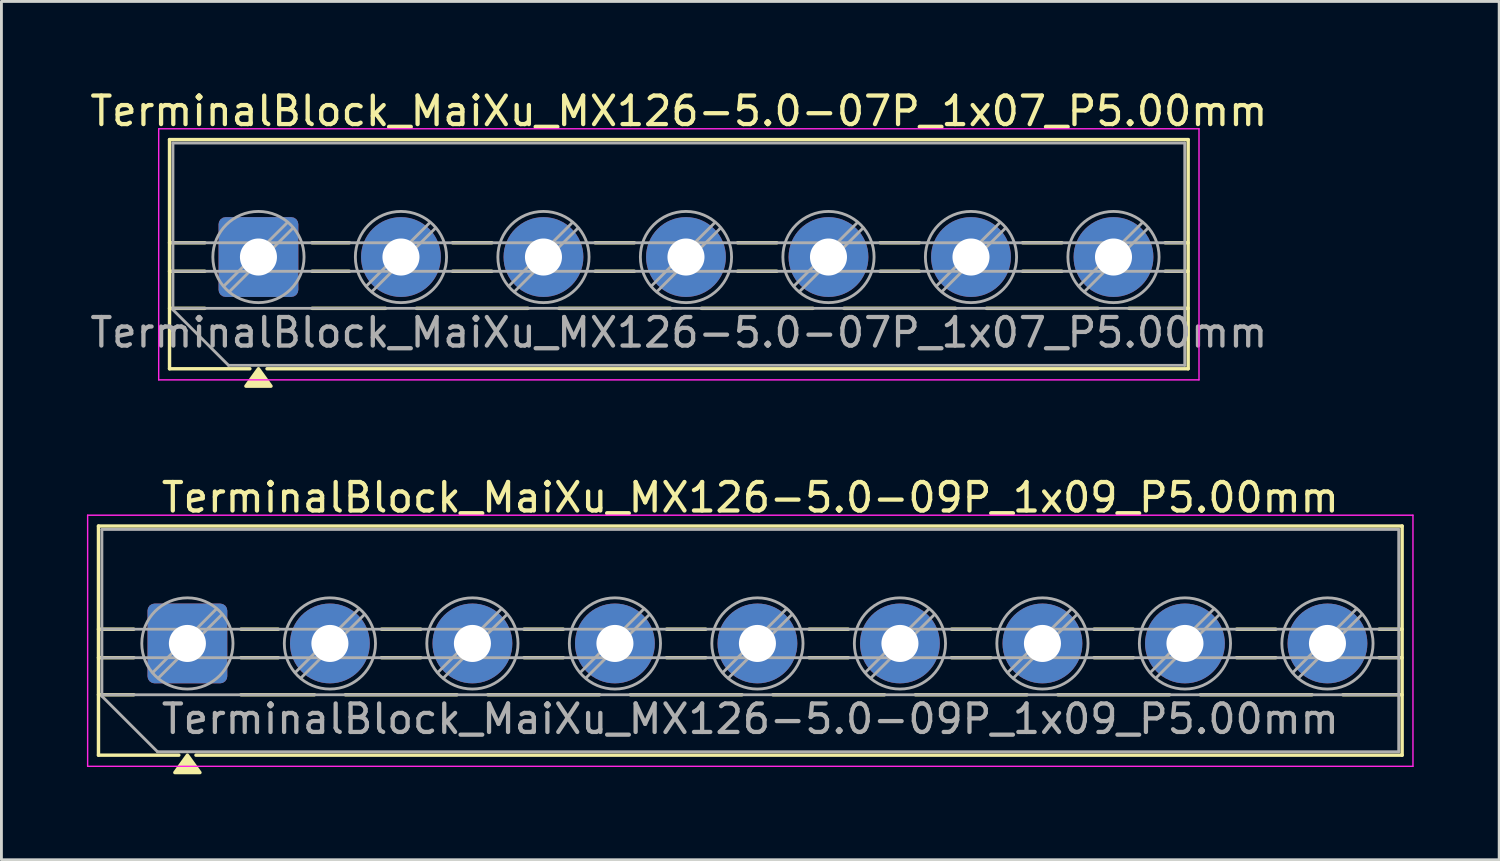
<source format=kicad_pcb>
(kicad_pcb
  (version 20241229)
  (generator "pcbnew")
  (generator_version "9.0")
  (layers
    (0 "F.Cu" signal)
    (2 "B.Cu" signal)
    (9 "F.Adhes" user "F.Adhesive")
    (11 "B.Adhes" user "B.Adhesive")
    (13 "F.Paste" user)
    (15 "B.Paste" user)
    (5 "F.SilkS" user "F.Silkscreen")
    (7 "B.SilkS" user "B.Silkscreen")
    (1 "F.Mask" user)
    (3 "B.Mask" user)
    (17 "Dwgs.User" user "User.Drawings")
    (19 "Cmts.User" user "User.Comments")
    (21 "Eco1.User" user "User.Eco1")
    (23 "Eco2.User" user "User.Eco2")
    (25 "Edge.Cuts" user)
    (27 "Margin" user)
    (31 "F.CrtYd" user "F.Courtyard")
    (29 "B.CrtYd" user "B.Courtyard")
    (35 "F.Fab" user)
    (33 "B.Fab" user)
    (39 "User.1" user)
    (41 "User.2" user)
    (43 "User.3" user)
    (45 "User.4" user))
  (footprint "TerminalBlock_MaiXu_MX126-5.0-07P_1x07_P5.00mm"
    (layer "F.Cu")
    (at 6.018 5.968)
    (property "Reference" "TerminalBlock_MaiXu_MX126-5.0-07P_1x07_P5.00mm" (at 14.75 -5.12 0) (layer "F.SilkS") (effects (font (size 1 1) (thickness 0.15))))
    (attr through_hole)
    (fp_line (start -3.12 -4.12) (end -3.12 3.92) (stroke (width 0.12) (type solid)) (layer "F.SilkS"))
    (fp_line (start -3.12 -4.12) (end 32.62 -4.12) (stroke (width 0.12) (type solid)) (layer "F.SilkS"))
    (fp_line (start -3.12 -0.5) (end -1.88 -0.5) (stroke (width 0.12) (type solid)) (layer "F.SilkS"))
    (fp_line (start -3.12 0.5) (end -1.88 0.5) (stroke (width 0.12) (type solid)) (layer "F.SilkS"))
    (fp_line (start -3.12 1.8) (end -1.88 1.8) (stroke (width 0.12) (type solid)) (layer "F.SilkS"))
    (fp_line (start -3.12 3.92) (end -0.3 3.92) (stroke (width 0.12) (type solid)) (layer "F.SilkS"))
    (fp_line (start 0.3 3.92) (end 32.62 3.92) (stroke (width 0.12) (type solid)) (layer "F.SilkS"))
    (fp_line (start 1.88 -0.5) (end 3.188 -0.5) (stroke (width 0.12) (type solid)) (layer "F.SilkS"))
    (fp_line (start 1.88 0.5) (end 3.188 0.5) (stroke (width 0.12) (type solid)) (layer "F.SilkS"))
    (fp_line (start 1.88 1.8) (end 4.457 1.8) (stroke (width 0.12) (type solid)) (layer "F.SilkS"))
    (fp_line (start 5.543 1.8) (end 9.457 1.8) (stroke (width 0.12) (type solid)) (layer "F.SilkS"))
    (fp_line (start 6.812 -0.5) (end 8.188 -0.5) (stroke (width 0.12) (type solid)) (layer "F.SilkS"))
    (fp_line (start 6.812 0.5) (end 8.188 0.5) (stroke (width 0.12) (type solid)) (layer "F.SilkS"))
    (fp_line (start 10.543 1.8) (end 14.457 1.8) (stroke (width 0.12) (type solid)) (layer "F.SilkS"))
    (fp_line (start 11.812 -0.5) (end 13.188 -0.5) (stroke (width 0.12) (type solid)) (layer "F.SilkS"))
    (fp_line (start 11.812 0.5) (end 13.188 0.5) (stroke (width 0.12) (type solid)) (layer "F.SilkS"))
    (fp_line (start 15.543 1.8) (end 19.457 1.8) (stroke (width 0.12) (type solid)) (layer "F.SilkS"))
    (fp_line (start 16.812 -0.5) (end 18.188 -0.5) (stroke (width 0.12) (type solid)) (layer "F.SilkS"))
    (fp_line (start 16.812 0.5) (end 18.188 0.5) (stroke (width 0.12) (type solid)) (layer "F.SilkS"))
    (fp_line (start 20.543 1.8) (end 24.457 1.8) (stroke (width 0.12) (type solid)) (layer "F.SilkS"))
    (fp_line (start 21.812 -0.5) (end 23.188 -0.5) (stroke (width 0.12) (type solid)) (layer "F.SilkS"))
    (fp_line (start 21.812 0.5) (end 23.188 0.5) (stroke (width 0.12) (type solid)) (layer "F.SilkS"))
    (fp_line (start 25.543 1.8) (end 29.457 1.8) (stroke (width 0.12) (type solid)) (layer "F.SilkS"))
    (fp_line (start 26.812 -0.5) (end 28.188 -0.5) (stroke (width 0.12) (type solid)) (layer "F.SilkS"))
    (fp_line (start 26.812 0.5) (end 28.188 0.5) (stroke (width 0.12) (type solid)) (layer "F.SilkS"))
    (fp_line (start 30.543 1.8) (end 32.62 1.8) (stroke (width 0.12) (type solid)) (layer "F.SilkS"))
    (fp_line (start 31.812 -0.5) (end 32.62 -0.5) (stroke (width 0.12) (type solid)) (layer "F.SilkS"))
    (fp_line (start 31.812 0.5) (end 32.62 0.5) (stroke (width 0.12) (type solid)) (layer "F.SilkS"))
    (fp_line (start 32.62 -4.12) (end 32.62 3.92) (stroke (width 0.12) (type solid)) (layer "F.SilkS"))
    (fp_poly (pts (xy 0 3.92) (xy 0.44 4.53) (xy -0.44 4.53)) (stroke (width 0.12) (type solid)) (fill yes) (layer "F.SilkS"))
    (fp_line (start -3.5 -4.5) (end -3.5 4.31) (stroke (width 0.05) (type solid)) (layer "F.CrtYd"))
    (fp_line (start -3.5 4.31) (end 33 4.31) (stroke (width 0.05) (type solid)) (layer "F.CrtYd"))
    (fp_line (start 33 -4.5) (end -3.5 -4.5) (stroke (width 0.05) (type solid)) (layer "F.CrtYd"))
    (fp_line (start 33 4.31) (end 33 -4.5) (stroke (width 0.05) (type solid)) (layer "F.CrtYd"))
    (fp_line (start -3 -4) (end 32.5 -4) (stroke (width 0.1) (type solid)) (layer "F.Fab"))
    (fp_line (start -3 -0.5) (end 32.5 -0.5) (stroke (width 0.1) (type solid)) (layer "F.Fab"))
    (fp_line (start -3 0.5) (end 32.5 0.5) (stroke (width 0.1) (type solid)) (layer "F.Fab"))
    (fp_line (start -3 1.8) (end 32.5 1.8) (stroke (width 0.1) (type solid)) (layer "F.Fab"))
    (fp_line (start -3 1.85) (end -3 -4) (stroke (width 0.1) (type solid)) (layer "F.Fab"))
    (fp_line (start -1.05 3.8) (end -3 1.85) (stroke (width 0.1) (type solid)) (layer "F.Fab"))
    (fp_line (start 1.018 -1.213) (end -1.213 1.018) (stroke (width 0.1) (type solid)) (layer "F.Fab"))
    (fp_line (start 1.213 -1.018) (end -1.018 1.213) (stroke (width 0.1) (type solid)) (layer "F.Fab"))
    (fp_line (start 6.018 -1.213) (end 3.787 1.018) (stroke (width 0.1) (type solid)) (layer "F.Fab"))
    (fp_line (start 6.213 -1.018) (end 3.982 1.213) (stroke (width 0.1) (type solid)) (layer "F.Fab"))
    (fp_line (start 11.018 -1.213) (end 8.787 1.018) (stroke (width 0.1) (type solid)) (layer "F.Fab"))
    (fp_line (start 11.213 -1.018) (end 8.982 1.213) (stroke (width 0.1) (type solid)) (layer "F.Fab"))
    (fp_line (start 16.018 -1.213) (end 13.787 1.018) (stroke (width 0.1) (type solid)) (layer "F.Fab"))
    (fp_line (start 16.213 -1.018) (end 13.982 1.213) (stroke (width 0.1) (type solid)) (layer "F.Fab"))
    (fp_line (start 21.018 -1.213) (end 18.787 1.018) (stroke (width 0.1) (type solid)) (layer "F.Fab"))
    (fp_line (start 21.213 -1.018) (end 18.982 1.213) (stroke (width 0.1) (type solid)) (layer "F.Fab"))
    (fp_line (start 26.018 -1.213) (end 23.787 1.018) (stroke (width 0.1) (type solid)) (layer "F.Fab"))
    (fp_line (start 26.213 -1.018) (end 23.982 1.213) (stroke (width 0.1) (type solid)) (layer "F.Fab"))
    (fp_line (start 31.018 -1.213) (end 28.787 1.018) (stroke (width 0.1) (type solid)) (layer "F.Fab"))
    (fp_line (start 31.213 -1.018) (end 28.982 1.213) (stroke (width 0.1) (type solid)) (layer "F.Fab"))
    (fp_line (start 32.5 -4) (end 32.5 3.8) (stroke (width 0.1) (type solid)) (layer "F.Fab"))
    (fp_line (start 32.5 3.8) (end -1.05 3.8) (stroke (width 0.1) (type solid)) (layer "F.Fab"))
    (fp_circle (center 0 0) (end 1.6 0) (stroke (width 0.1) (type solid)) (fill no) (layer "F.Fab"))
    (fp_circle (center 5 0) (end 6.6 0) (stroke (width 0.1) (type solid)) (fill no) (layer "F.Fab"))
    (fp_circle (center 10 0) (end 11.6 0) (stroke (width 0.1) (type solid)) (fill no) (layer "F.Fab"))
    (fp_circle (center 15 0) (end 16.6 0) (stroke (width 0.1) (type solid)) (fill no) (layer "F.Fab"))
    (fp_circle (center 20 0) (end 21.6 0) (stroke (width 0.1) (type solid)) (fill no) (layer "F.Fab"))
    (fp_circle (center 25 0) (end 26.6 0) (stroke (width 0.1) (type solid)) (fill no) (layer "F.Fab"))
    (fp_circle (center 30 0) (end 31.6 0) (stroke (width 0.1) (type solid)) (fill no) (layer "F.Fab"))
    (fp_text user "${REFERENCE}" (at 14.75 2.65 0) (layer "F.Fab") (effects (font (size 1 1) (thickness 0.15))))
    (pad "1" thru_hole roundrect (at 0 0) (size 2.8 2.8) (drill 1.3) (layers "*.Cu" "*.Mask") (roundrect_rratio 0.089))
    (pad "2" thru_hole circle (at 5 0) (size 2.8 2.8) (drill 1.3) (layers "*.Cu" "*.Mask"))
    (pad "3" thru_hole circle (at 10 0) (size 2.8 2.8) (drill 1.3) (layers "*.Cu" "*.Mask"))
    (pad "4" thru_hole circle (at 15 0) (size 2.8 2.8) (drill 1.3) (layers "*.Cu" "*.Mask"))
    (pad "5" thru_hole circle (at 20 0) (size 2.8 2.8) (drill 1.3) (layers "*.Cu" "*.Mask"))
    (pad "6" thru_hole circle (at 25 0) (size 2.8 2.8) (drill 1.3) (layers "*.Cu" "*.Mask"))
    (pad "7" thru_hole circle (at 30 0) (size 2.8 2.8) (drill 1.3) (layers "*.Cu" "*.Mask")))
  (footprint "TerminalBlock_MaiXu_MX126-5.0-09P_1x09_P5.00mm"
    (layer "F.Cu")
    (at 3.525 19.526)
    (property "Reference" "TerminalBlock_MaiXu_MX126-5.0-09P_1x09_P5.00mm" (at 19.75 -5.12 0) (layer "F.SilkS") (effects (font (size 1 1) (thickness 0.15))))
    (attr through_hole)
    (fp_line (start -3.12 -4.12) (end -3.12 3.92) (stroke (width 0.12) (type solid)) (layer "F.SilkS"))
    (fp_line (start -3.12 -4.12) (end 42.62 -4.12) (stroke (width 0.12) (type solid)) (layer "F.SilkS"))
    (fp_line (start -3.12 -0.5) (end -1.88 -0.5) (stroke (width 0.12) (type solid)) (layer "F.SilkS"))
    (fp_line (start -3.12 0.5) (end -1.88 0.5) (stroke (width 0.12) (type solid)) (layer "F.SilkS"))
    (fp_line (start -3.12 1.8) (end -1.88 1.8) (stroke (width 0.12) (type solid)) (layer "F.SilkS"))
    (fp_line (start -3.12 3.92) (end -0.3 3.92) (stroke (width 0.12) (type solid)) (layer "F.SilkS"))
    (fp_line (start 0.3 3.92) (end 42.62 3.92) (stroke (width 0.12) (type solid)) (layer "F.SilkS"))
    (fp_line (start 1.88 -0.5) (end 3.188 -0.5) (stroke (width 0.12) (type solid)) (layer "F.SilkS"))
    (fp_line (start 1.88 0.5) (end 3.188 0.5) (stroke (width 0.12) (type solid)) (layer "F.SilkS"))
    (fp_line (start 1.88 1.8) (end 4.457 1.8) (stroke (width 0.12) (type solid)) (layer "F.SilkS"))
    (fp_line (start 5.543 1.8) (end 9.457 1.8) (stroke (width 0.12) (type solid)) (layer "F.SilkS"))
    (fp_line (start 6.812 -0.5) (end 8.188 -0.5) (stroke (width 0.12) (type solid)) (layer "F.SilkS"))
    (fp_line (start 6.812 0.5) (end 8.188 0.5) (stroke (width 0.12) (type solid)) (layer "F.SilkS"))
    (fp_line (start 10.543 1.8) (end 14.457 1.8) (stroke (width 0.12) (type solid)) (layer "F.SilkS"))
    (fp_line (start 11.812 -0.5) (end 13.188 -0.5) (stroke (width 0.12) (type solid)) (layer "F.SilkS"))
    (fp_line (start 11.812 0.5) (end 13.188 0.5) (stroke (width 0.12) (type solid)) (layer "F.SilkS"))
    (fp_line (start 15.543 1.8) (end 19.457 1.8) (stroke (width 0.12) (type solid)) (layer "F.SilkS"))
    (fp_line (start 16.812 -0.5) (end 18.188 -0.5) (stroke (width 0.12) (type solid)) (layer "F.SilkS"))
    (fp_line (start 16.812 0.5) (end 18.188 0.5) (stroke (width 0.12) (type solid)) (layer "F.SilkS"))
    (fp_line (start 20.543 1.8) (end 24.457 1.8) (stroke (width 0.12) (type solid)) (layer "F.SilkS"))
    (fp_line (start 21.812 -0.5) (end 23.188 -0.5) (stroke (width 0.12) (type solid)) (layer "F.SilkS"))
    (fp_line (start 21.812 0.5) (end 23.188 0.5) (stroke (width 0.12) (type solid)) (layer "F.SilkS"))
    (fp_line (start 25.543 1.8) (end 29.457 1.8) (stroke (width 0.12) (type solid)) (layer "F.SilkS"))
    (fp_line (start 26.812 -0.5) (end 28.188 -0.5) (stroke (width 0.12) (type solid)) (layer "F.SilkS"))
    (fp_line (start 26.812 0.5) (end 28.188 0.5) (stroke (width 0.12) (type solid)) (layer "F.SilkS"))
    (fp_line (start 30.543 1.8) (end 34.457 1.8) (stroke (width 0.12) (type solid)) (layer "F.SilkS"))
    (fp_line (start 31.812 -0.5) (end 33.188 -0.5) (stroke (width 0.12) (type solid)) (layer "F.SilkS"))
    (fp_line (start 31.812 0.5) (end 33.188 0.5) (stroke (width 0.12) (type solid)) (layer "F.SilkS"))
    (fp_line (start 35.543 1.8) (end 39.457 1.8) (stroke (width 0.12) (type solid)) (layer "F.SilkS"))
    (fp_line (start 36.812 -0.5) (end 38.188 -0.5) (stroke (width 0.12) (type solid)) (layer "F.SilkS"))
    (fp_line (start 36.812 0.5) (end 38.188 0.5) (stroke (width 0.12) (type solid)) (layer "F.SilkS"))
    (fp_line (start 40.543 1.8) (end 42.62 1.8) (stroke (width 0.12) (type solid)) (layer "F.SilkS"))
    (fp_line (start 41.812 -0.5) (end 42.62 -0.5) (stroke (width 0.12) (type solid)) (layer "F.SilkS"))
    (fp_line (start 41.812 0.5) (end 42.62 0.5) (stroke (width 0.12) (type solid)) (layer "F.SilkS"))
    (fp_line (start 42.62 -4.12) (end 42.62 3.92) (stroke (width 0.12) (type solid)) (layer "F.SilkS"))
    (fp_poly (pts (xy 0 3.92) (xy 0.44 4.53) (xy -0.44 4.53)) (stroke (width 0.12) (type solid)) (fill yes) (layer "F.SilkS"))
    (fp_line (start -3.5 -4.5) (end -3.5 4.31) (stroke (width 0.05) (type solid)) (layer "F.CrtYd"))
    (fp_line (start -3.5 4.31) (end 43 4.31) (stroke (width 0.05) (type solid)) (layer "F.CrtYd"))
    (fp_line (start 43 -4.5) (end -3.5 -4.5) (stroke (width 0.05) (type solid)) (layer "F.CrtYd"))
    (fp_line (start 43 4.31) (end 43 -4.5) (stroke (width 0.05) (type solid)) (layer "F.CrtYd"))
    (fp_line (start -3 -4) (end 42.5 -4) (stroke (width 0.1) (type solid)) (layer "F.Fab"))
    (fp_line (start -3 -0.5) (end 42.5 -0.5) (stroke (width 0.1) (type solid)) (layer "F.Fab"))
    (fp_line (start -3 0.5) (end 42.5 0.5) (stroke (width 0.1) (type solid)) (layer "F.Fab"))
    (fp_line (start -3 1.8) (end 42.5 1.8) (stroke (width 0.1) (type solid)) (layer "F.Fab"))
    (fp_line (start -3 1.85) (end -3 -4) (stroke (width 0.1) (type solid)) (layer "F.Fab"))
    (fp_line (start -1.05 3.8) (end -3 1.85) (stroke (width 0.1) (type solid)) (layer "F.Fab"))
    (fp_line (start 1.018 -1.213) (end -1.213 1.018) (stroke (width 0.1) (type solid)) (layer "F.Fab"))
    (fp_line (start 1.213 -1.018) (end -1.018 1.213) (stroke (width 0.1) (type solid)) (layer "F.Fab"))
    (fp_line (start 6.018 -1.213) (end 3.787 1.018) (stroke (width 0.1) (type solid)) (layer "F.Fab"))
    (fp_line (start 6.213 -1.018) (end 3.982 1.213) (stroke (width 0.1) (type solid)) (layer "F.Fab"))
    (fp_line (start 11.018 -1.213) (end 8.787 1.018) (stroke (width 0.1) (type solid)) (layer "F.Fab"))
    (fp_line (start 11.213 -1.018) (end 8.982 1.213) (stroke (width 0.1) (type solid)) (layer "F.Fab"))
    (fp_line (start 16.018 -1.213) (end 13.787 1.018) (stroke (width 0.1) (type solid)) (layer "F.Fab"))
    (fp_line (start 16.213 -1.018) (end 13.982 1.213) (stroke (width 0.1) (type solid)) (layer "F.Fab"))
    (fp_line (start 21.018 -1.213) (end 18.787 1.018) (stroke (width 0.1) (type solid)) (layer "F.Fab"))
    (fp_line (start 21.213 -1.018) (end 18.982 1.213) (stroke (width 0.1) (type solid)) (layer "F.Fab"))
    (fp_line (start 26.018 -1.213) (end 23.787 1.018) (stroke (width 0.1) (type solid)) (layer "F.Fab"))
    (fp_line (start 26.213 -1.018) (end 23.982 1.213) (stroke (width 0.1) (type solid)) (layer "F.Fab"))
    (fp_line (start 31.018 -1.213) (end 28.787 1.018) (stroke (width 0.1) (type solid)) (layer "F.Fab"))
    (fp_line (start 31.213 -1.018) (end 28.982 1.213) (stroke (width 0.1) (type solid)) (layer "F.Fab"))
    (fp_line (start 36.018 -1.213) (end 33.787 1.018) (stroke (width 0.1) (type solid)) (layer "F.Fab"))
    (fp_line (start 36.213 -1.018) (end 33.982 1.213) (stroke (width 0.1) (type solid)) (layer "F.Fab"))
    (fp_line (start 41.018 -1.213) (end 38.787 1.018) (stroke (width 0.1) (type solid)) (layer "F.Fab"))
    (fp_line (start 41.213 -1.018) (end 38.982 1.213) (stroke (width 0.1) (type solid)) (layer "F.Fab"))
    (fp_line (start 42.5 -4) (end 42.5 3.8) (stroke (width 0.1) (type solid)) (layer "F.Fab"))
    (fp_line (start 42.5 3.8) (end -1.05 3.8) (stroke (width 0.1) (type solid)) (layer "F.Fab"))
    (fp_circle (center 0 0) (end 1.6 0) (stroke (width 0.1) (type solid)) (fill no) (layer "F.Fab"))
    (fp_circle (center 5 0) (end 6.6 0) (stroke (width 0.1) (type solid)) (fill no) (layer "F.Fab"))
    (fp_circle (center 10 0) (end 11.6 0) (stroke (width 0.1) (type solid)) (fill no) (layer "F.Fab"))
    (fp_circle (center 15 0) (end 16.6 0) (stroke (width 0.1) (type solid)) (fill no) (layer "F.Fab"))
    (fp_circle (center 20 0) (end 21.6 0) (stroke (width 0.1) (type solid)) (fill no) (layer "F.Fab"))
    (fp_circle (center 25 0) (end 26.6 0) (stroke (width 0.1) (type solid)) (fill no) (layer "F.Fab"))
    (fp_circle (center 30 0) (end 31.6 0) (stroke (width 0.1) (type solid)) (fill no) (layer "F.Fab"))
    (fp_circle (center 35 0) (end 36.6 0) (stroke (width 0.1) (type solid)) (fill no) (layer "F.Fab"))
    (fp_circle (center 40 0) (end 41.6 0) (stroke (width 0.1) (type solid)) (fill no) (layer "F.Fab"))
    (fp_text user "${REFERENCE}" (at 19.75 2.65 0) (layer "F.Fab") (effects (font (size 1 1) (thickness 0.15))))
    (pad "1" thru_hole roundrect (at 0 0) (size 2.8 2.8) (drill 1.3) (layers "*.Cu" "*.Mask") (roundrect_rratio 0.089))
    (pad "2" thru_hole circle (at 5 0) (size 2.8 2.8) (drill 1.3) (layers "*.Cu" "*.Mask"))
    (pad "3" thru_hole circle (at 10 0) (size 2.8 2.8) (drill 1.3) (layers "*.Cu" "*.Mask"))
    (pad "4" thru_hole circle (at 15 0) (size 2.8 2.8) (drill 1.3) (layers "*.Cu" "*.Mask"))
    (pad "5" thru_hole circle (at 20 0) (size 2.8 2.8) (drill 1.3) (layers "*.Cu" "*.Mask"))
    (pad "6" thru_hole circle (at 25 0) (size 2.8 2.8) (drill 1.3) (layers "*.Cu" "*.Mask"))
    (pad "7" thru_hole circle (at 30 0) (size 2.8 2.8) (drill 1.3) (layers "*.Cu" "*.Mask"))
    (pad "8" thru_hole circle (at 35 0) (size 2.8 2.8) (drill 1.3) (layers "*.Cu" "*.Mask"))
    (pad "9" thru_hole circle (at 40 0) (size 2.8 2.8) (drill 1.3) (layers "*.Cu" "*.Mask")))
  (gr_rect
    (start -3 -3)
    (end 49.55 27.116)
    (stroke (width 0.1) (type default))
    (fill no)
    (layer "Edge.Cuts")))
</source>
